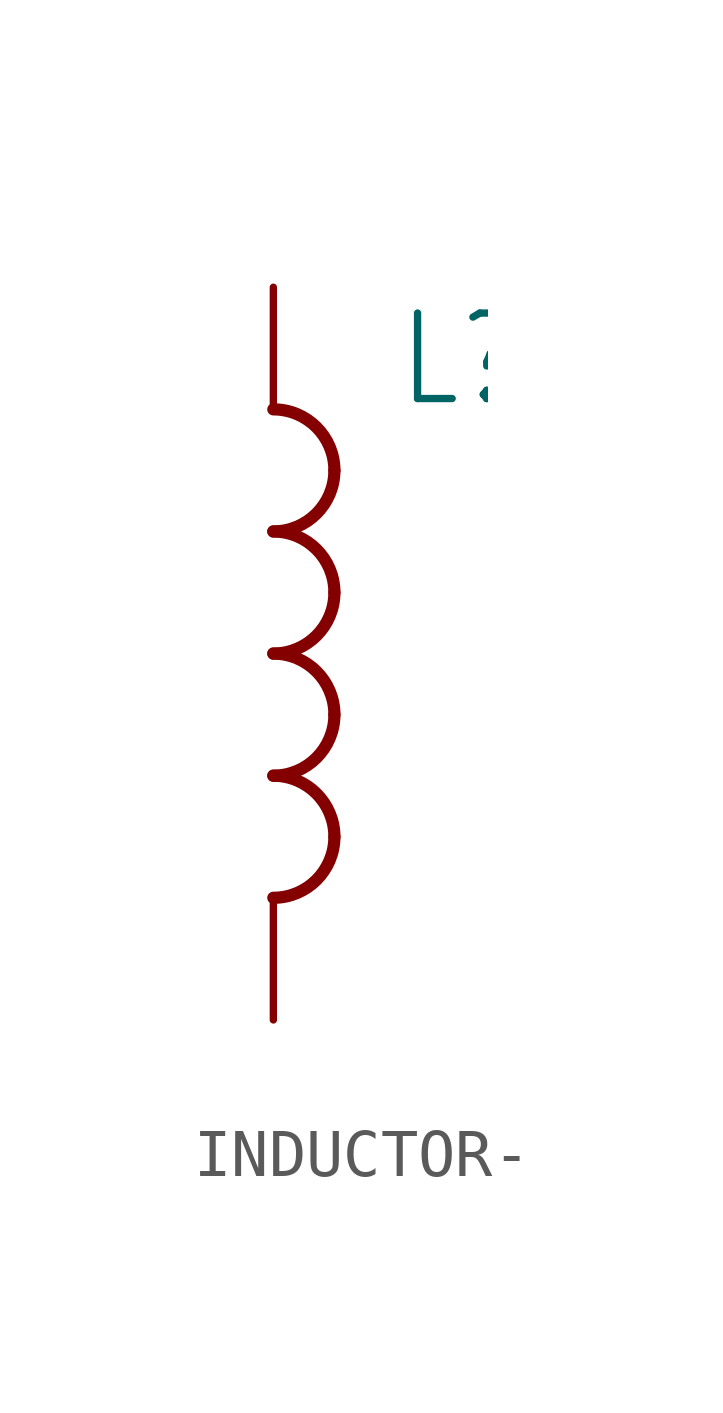
<source format=kicad_sym>
(kicad_symbol_lib
  (version 20241209)
  (generator "kicad_symbol_editor")
  (generator_version "9.0")
  (symbol "INDUCTOR-"
    (property "Reference" "L"
      (at 2.54 5.08 0)
      (effects (font (size 1.778 1.511)) (justify left bottom)))
    (property "Value" ""
      (at 2.54 -5.08 0)
      (effects (font (size 1.778 1.511)) (justify left bottom)))
    (property "ki_locked" ""
      (at 0 0 0)
      (effects (font (size 1.27 1.27))))
    (symbol "INDUCTOR-_1_0"
      (arc (start 0 5.08) (mid 0.898 4.708) (end 1.27 3.81) (stroke (width 0.254) (type solid)) (fill (type none)))
      (arc (start 1.27 3.81) (mid 0.898 2.912) (end 0 2.54) (stroke (width 0.254) (type solid)) (fill (type none)))
      (arc (start 1.27 1.27) (mid 0.898 0.372) (end 0 0) (stroke (width 0.254) (type solid)) (fill (type none)))
      (arc (start 0 2.54) (mid 0.8981 2.168) (end 1.2701 1.2699) (stroke (width 0.254) (type solid)) (fill (type none)))
      (arc (start 1.2701 -1.2699) (mid 0.8981 -2.168) (end 0 -2.54) (stroke (width 0.254) (type solid)) (fill (type none)))
      (arc (start 0 0) (mid 0.898 -0.372) (end 1.27 -1.27) (stroke (width 0.254) (type solid)) (fill (type none)))
      (arc (start 0 -2.54) (mid 0.898 -2.912) (end 1.27 -3.81) (stroke (width 0.254) (type solid)) (fill (type none)))
      (arc (start 1.27 -3.81) (mid 0.898 -4.708) (end 0 -5.08) (stroke (width 0.254) (type solid)) (fill (type none)))
      (pin passive line (at 0 7.62 270) (length 2.54) (name "1" (effects (font (size 0 0)))) (number "1" (effects (font (size 0 0)))))
      (pin passive line (at 0 -7.62 90) (length 2.54) (name "2" (effects (font (size 0 0)))) (number "2" (effects (font (size 0 0))))))))
</source>
